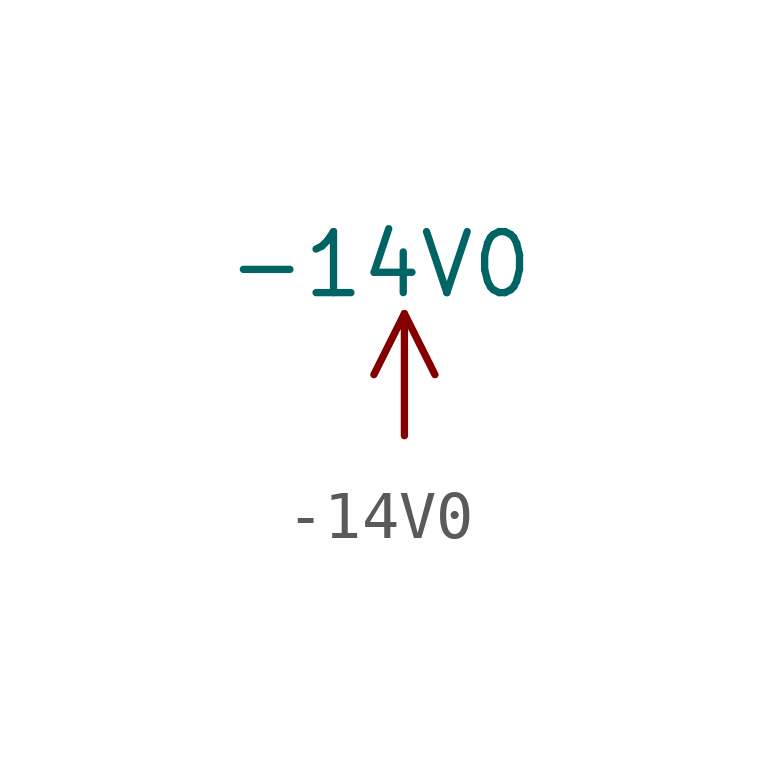
<source format=kicad_sym>
(kicad_symbol_lib
  (version 20220914)
  (generator kicad_symbol_editor)
  (symbol "-14V0"
    (power)
    (property "Reference" "#PWR"
      (at -0.254 -3.81 0)
      (effects (font (size 1.27 1.27)) hide))
    (property "Value" "-14V0"
      (at -0.508 3.556 0)
      (do_not_autoplace)
      (effects (font (size 1.27 1.27))))
    (symbol "-14V0_0_1"
      (polyline (pts (xy 0 2.54) (xy 0.635 1.27)) (stroke (width 0) (type default)) (fill (type none)))
      (polyline (pts (xy 0 0) (xy 0 2.54) (xy -0.635 1.27)) (stroke (width 0) (type default)) (fill (type none))))
    (symbol "-14V0_1_0"
      (pin power_in line (at 0 0 90) (length 2.54) hide (name "-14V0" (effects (font (size 1.27 1.27)))) (number "1" (effects (font (size 1.27 1.27))))))))
</source>
